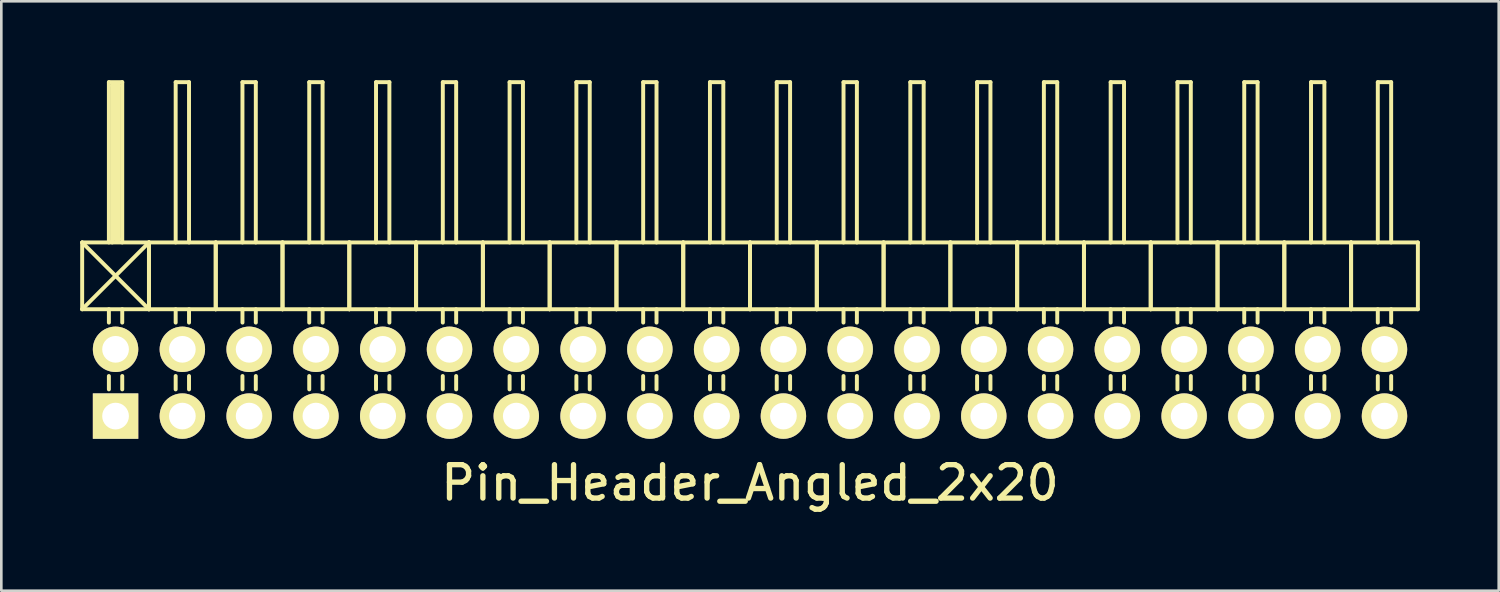
<source format=kicad_pcb>
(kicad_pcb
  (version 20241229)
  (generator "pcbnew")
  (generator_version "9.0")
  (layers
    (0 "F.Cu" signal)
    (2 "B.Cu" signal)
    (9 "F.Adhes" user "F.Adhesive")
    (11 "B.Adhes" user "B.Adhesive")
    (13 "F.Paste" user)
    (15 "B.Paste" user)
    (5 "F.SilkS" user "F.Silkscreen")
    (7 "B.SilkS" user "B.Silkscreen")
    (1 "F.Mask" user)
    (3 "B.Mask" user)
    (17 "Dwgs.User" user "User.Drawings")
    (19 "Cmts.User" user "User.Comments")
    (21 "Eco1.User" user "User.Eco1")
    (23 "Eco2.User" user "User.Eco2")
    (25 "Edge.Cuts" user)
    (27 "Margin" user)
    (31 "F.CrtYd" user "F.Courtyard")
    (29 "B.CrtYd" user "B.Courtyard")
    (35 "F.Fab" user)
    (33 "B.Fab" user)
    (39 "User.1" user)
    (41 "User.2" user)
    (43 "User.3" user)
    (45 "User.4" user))
  (footprint "Pin_Header_Angled_2x20"
    (layer "F.Cu")
    (at 25.475 11.505)
    (property "Reference" "Pin_Header_Angled_2x20" (at 0 3.81 0) (layer "F.SilkS") (effects (font (size 1.27 1.27) (thickness 0.203))))
    (attr through_hole)
    (fp_line (start -25.4 -5.334) (end -22.86 -2.794) (stroke (width 0.15) (type solid)) (layer "F.SilkS"))
    (fp_line (start -25.4 -2.794) (end -25.4 -5.334) (stroke (width 0.15) (type solid)) (layer "F.SilkS"))
    (fp_line (start -25.4 -2.794) (end -22.86 -5.334) (stroke (width 0.15) (type solid)) (layer "F.SilkS"))
    (fp_line (start -25.4 -2.794) (end -22.86 -2.794) (stroke (width 0.15) (type solid)) (layer "F.SilkS"))
    (fp_line (start -24.384 -11.43) (end -23.876 -11.43) (stroke (width 0.15) (type solid)) (layer "F.SilkS"))
    (fp_line (start -24.384 -5.334) (end -24.384 -11.43) (stroke (width 0.15) (type solid)) (layer "F.SilkS"))
    (fp_line (start -24.384 -2.794) (end -24.384 -2.286) (stroke (width 0.15) (type solid)) (layer "F.SilkS"))
    (fp_line (start -24.384 -0.254) (end -24.384 0.254) (stroke (width 0.15) (type solid)) (layer "F.SilkS"))
    (fp_line (start -24.257 -11.303) (end -24.003 -11.303) (stroke (width 0.15) (type solid)) (layer "F.SilkS"))
    (fp_line (start -24.257 -5.334) (end -24.257 -11.303) (stroke (width 0.15) (type solid)) (layer "F.SilkS"))
    (fp_line (start -24.13 -5.461) (end -24.13 -11.303) (stroke (width 0.15) (type solid)) (layer "F.SilkS"))
    (fp_line (start -24.003 -11.303) (end -24.003 -5.461) (stroke (width 0.15) (type solid)) (layer "F.SilkS"))
    (fp_line (start -24.003 -5.461) (end -24.13 -5.461) (stroke (width 0.15) (type solid)) (layer "F.SilkS"))
    (fp_line (start -23.876 -11.43) (end -23.876 -5.334) (stroke (width 0.15) (type solid)) (layer "F.SilkS"))
    (fp_line (start -23.876 -2.794) (end -23.876 -2.286) (stroke (width 0.15) (type solid)) (layer "F.SilkS"))
    (fp_line (start -23.876 -0.254) (end -23.876 0.254) (stroke (width 0.15) (type solid)) (layer "F.SilkS"))
    (fp_line (start -22.86 -5.334) (end -25.4 -5.334) (stroke (width 0.15) (type solid)) (layer "F.SilkS"))
    (fp_line (start -22.86 -2.794) (end -22.86 -5.334) (stroke (width 0.15) (type solid)) (layer "F.SilkS"))
    (fp_line (start -22.86 -2.794) (end -22.86 -5.334) (stroke (width 0.15) (type solid)) (layer "F.SilkS"))
    (fp_line (start -22.86 -2.794) (end -20.32 -2.794) (stroke (width 0.15) (type solid)) (layer "F.SilkS"))
    (fp_line (start -21.844 -11.43) (end -21.336 -11.43) (stroke (width 0.15) (type solid)) (layer "F.SilkS"))
    (fp_line (start -21.844 -5.334) (end -21.844 -11.43) (stroke (width 0.15) (type solid)) (layer "F.SilkS"))
    (fp_line (start -21.844 -2.794) (end -21.844 -2.286) (stroke (width 0.15) (type solid)) (layer "F.SilkS"))
    (fp_line (start -21.844 -0.254) (end -21.844 0.254) (stroke (width 0.15) (type solid)) (layer "F.SilkS"))
    (fp_line (start -21.336 -11.43) (end -21.336 -5.334) (stroke (width 0.15) (type solid)) (layer "F.SilkS"))
    (fp_line (start -21.336 -2.794) (end -21.336 -2.286) (stroke (width 0.15) (type solid)) (layer "F.SilkS"))
    (fp_line (start -21.336 -0.254) (end -21.336 0.254) (stroke (width 0.15) (type solid)) (layer "F.SilkS"))
    (fp_line (start -20.32 -5.334) (end -22.86 -5.334) (stroke (width 0.15) (type solid)) (layer "F.SilkS"))
    (fp_line (start -20.32 -2.794) (end -20.32 -5.334) (stroke (width 0.15) (type solid)) (layer "F.SilkS"))
    (fp_line (start -20.32 -2.794) (end -20.32 -5.334) (stroke (width 0.15) (type solid)) (layer "F.SilkS"))
    (fp_line (start -20.32 -2.794) (end -17.78 -2.794) (stroke (width 0.15) (type solid)) (layer "F.SilkS"))
    (fp_line (start -19.304 -11.43) (end -18.796 -11.43) (stroke (width 0.15) (type solid)) (layer "F.SilkS"))
    (fp_line (start -19.304 -5.334) (end -19.304 -11.43) (stroke (width 0.15) (type solid)) (layer "F.SilkS"))
    (fp_line (start -19.304 -2.794) (end -19.304 -2.286) (stroke (width 0.15) (type solid)) (layer "F.SilkS"))
    (fp_line (start -19.304 -0.254) (end -19.304 0.254) (stroke (width 0.15) (type solid)) (layer "F.SilkS"))
    (fp_line (start -18.796 -11.43) (end -18.796 -5.334) (stroke (width 0.15) (type solid)) (layer "F.SilkS"))
    (fp_line (start -18.796 -2.794) (end -18.796 -2.286) (stroke (width 0.15) (type solid)) (layer "F.SilkS"))
    (fp_line (start -18.796 -0.254) (end -18.796 0.254) (stroke (width 0.15) (type solid)) (layer "F.SilkS"))
    (fp_line (start -17.78 -5.334) (end -20.32 -5.334) (stroke (width 0.15) (type solid)) (layer "F.SilkS"))
    (fp_line (start -17.78 -2.794) (end -17.78 -5.334) (stroke (width 0.15) (type solid)) (layer "F.SilkS"))
    (fp_line (start -17.78 -2.794) (end -17.78 -5.334) (stroke (width 0.15) (type solid)) (layer "F.SilkS"))
    (fp_line (start -17.78 -2.794) (end -15.24 -2.794) (stroke (width 0.15) (type solid)) (layer "F.SilkS"))
    (fp_line (start -16.764 -11.43) (end -16.256 -11.43) (stroke (width 0.15) (type solid)) (layer "F.SilkS"))
    (fp_line (start -16.764 -5.334) (end -16.764 -11.43) (stroke (width 0.15) (type solid)) (layer "F.SilkS"))
    (fp_line (start -16.764 -2.794) (end -16.764 -2.286) (stroke (width 0.15) (type solid)) (layer "F.SilkS"))
    (fp_line (start -16.764 -0.254) (end -16.764 0.254) (stroke (width 0.15) (type solid)) (layer "F.SilkS"))
    (fp_line (start -16.256 -11.43) (end -16.256 -5.334) (stroke (width 0.15) (type solid)) (layer "F.SilkS"))
    (fp_line (start -16.256 -2.794) (end -16.256 -2.286) (stroke (width 0.15) (type solid)) (layer "F.SilkS"))
    (fp_line (start -16.256 -0.254) (end -16.256 0.254) (stroke (width 0.15) (type solid)) (layer "F.SilkS"))
    (fp_line (start -15.24 -5.334) (end -17.78 -5.334) (stroke (width 0.15) (type solid)) (layer "F.SilkS"))
    (fp_line (start -15.24 -2.794) (end -15.24 -5.334) (stroke (width 0.15) (type solid)) (layer "F.SilkS"))
    (fp_line (start -15.24 -2.794) (end -15.24 -5.334) (stroke (width 0.15) (type solid)) (layer "F.SilkS"))
    (fp_line (start -15.24 -2.794) (end -12.7 -2.794) (stroke (width 0.15) (type solid)) (layer "F.SilkS"))
    (fp_line (start -14.224 -11.43) (end -13.716 -11.43) (stroke (width 0.15) (type solid)) (layer "F.SilkS"))
    (fp_line (start -14.224 -5.334) (end -14.224 -11.43) (stroke (width 0.15) (type solid)) (layer "F.SilkS"))
    (fp_line (start -14.224 -2.794) (end -14.224 -2.286) (stroke (width 0.15) (type solid)) (layer "F.SilkS"))
    (fp_line (start -14.224 -0.254) (end -14.224 0.254) (stroke (width 0.15) (type solid)) (layer "F.SilkS"))
    (fp_line (start -13.716 -11.43) (end -13.716 -5.334) (stroke (width 0.15) (type solid)) (layer "F.SilkS"))
    (fp_line (start -13.716 -2.794) (end -13.716 -2.286) (stroke (width 0.15) (type solid)) (layer "F.SilkS"))
    (fp_line (start -13.716 -0.254) (end -13.716 0.254) (stroke (width 0.15) (type solid)) (layer "F.SilkS"))
    (fp_line (start -12.7 -5.334) (end -15.24 -5.334) (stroke (width 0.15) (type solid)) (layer "F.SilkS"))
    (fp_line (start -12.7 -2.794) (end -12.7 -5.334) (stroke (width 0.15) (type solid)) (layer "F.SilkS"))
    (fp_line (start -12.7 -2.794) (end -12.7 -5.334) (stroke (width 0.15) (type solid)) (layer "F.SilkS"))
    (fp_line (start -12.7 -2.794) (end -10.16 -2.794) (stroke (width 0.15) (type solid)) (layer "F.SilkS"))
    (fp_line (start -11.684 -11.43) (end -11.176 -11.43) (stroke (width 0.15) (type solid)) (layer "F.SilkS"))
    (fp_line (start -11.684 -5.334) (end -11.684 -11.43) (stroke (width 0.15) (type solid)) (layer "F.SilkS"))
    (fp_line (start -11.684 -2.794) (end -11.684 -2.286) (stroke (width 0.15) (type solid)) (layer "F.SilkS"))
    (fp_line (start -11.684 -0.254) (end -11.684 0.254) (stroke (width 0.15) (type solid)) (layer "F.SilkS"))
    (fp_line (start -11.176 -11.43) (end -11.176 -5.334) (stroke (width 0.15) (type solid)) (layer "F.SilkS"))
    (fp_line (start -11.176 -2.794) (end -11.176 -2.286) (stroke (width 0.15) (type solid)) (layer "F.SilkS"))
    (fp_line (start -11.176 -0.254) (end -11.176 0.254) (stroke (width 0.15) (type solid)) (layer "F.SilkS"))
    (fp_line (start -10.16 -5.334) (end -12.7 -5.334) (stroke (width 0.15) (type solid)) (layer "F.SilkS"))
    (fp_line (start -10.16 -2.794) (end -10.16 -5.334) (stroke (width 0.15) (type solid)) (layer "F.SilkS"))
    (fp_line (start -10.16 -2.794) (end -10.16 -5.334) (stroke (width 0.15) (type solid)) (layer "F.SilkS"))
    (fp_line (start -10.16 -2.794) (end -7.62 -2.794) (stroke (width 0.15) (type solid)) (layer "F.SilkS"))
    (fp_line (start -9.144 -11.43) (end -8.636 -11.43) (stroke (width 0.15) (type solid)) (layer "F.SilkS"))
    (fp_line (start -9.144 -5.334) (end -9.144 -11.43) (stroke (width 0.15) (type solid)) (layer "F.SilkS"))
    (fp_line (start -9.144 -2.794) (end -9.144 -2.286) (stroke (width 0.15) (type solid)) (layer "F.SilkS"))
    (fp_line (start -9.144 -0.254) (end -9.144 0.254) (stroke (width 0.15) (type solid)) (layer "F.SilkS"))
    (fp_line (start -8.636 -11.43) (end -8.636 -5.334) (stroke (width 0.15) (type solid)) (layer "F.SilkS"))
    (fp_line (start -8.636 -2.794) (end -8.636 -2.286) (stroke (width 0.15) (type solid)) (layer "F.SilkS"))
    (fp_line (start -8.636 -0.254) (end -8.636 0.254) (stroke (width 0.15) (type solid)) (layer "F.SilkS"))
    (fp_line (start -7.62 -5.334) (end -10.16 -5.334) (stroke (width 0.15) (type solid)) (layer "F.SilkS"))
    (fp_line (start -7.62 -2.794) (end -7.62 -5.334) (stroke (width 0.15) (type solid)) (layer "F.SilkS"))
    (fp_line (start -7.62 -2.794) (end -7.62 -5.334) (stroke (width 0.15) (type solid)) (layer "F.SilkS"))
    (fp_line (start -7.62 -2.794) (end -5.08 -2.794) (stroke (width 0.15) (type solid)) (layer "F.SilkS"))
    (fp_line (start -6.604 -11.43) (end -6.096 -11.43) (stroke (width 0.15) (type solid)) (layer "F.SilkS"))
    (fp_line (start -6.604 -5.334) (end -6.604 -11.43) (stroke (width 0.15) (type solid)) (layer "F.SilkS"))
    (fp_line (start -6.604 -2.794) (end -6.604 -2.286) (stroke (width 0.15) (type solid)) (layer "F.SilkS"))
    (fp_line (start -6.604 -0.254) (end -6.604 0.254) (stroke (width 0.15) (type solid)) (layer "F.SilkS"))
    (fp_line (start -6.096 -11.43) (end -6.096 -5.334) (stroke (width 0.15) (type solid)) (layer "F.SilkS"))
    (fp_line (start -6.096 -2.794) (end -6.096 -2.286) (stroke (width 0.15) (type solid)) (layer "F.SilkS"))
    (fp_line (start -6.096 -0.254) (end -6.096 0.254) (stroke (width 0.15) (type solid)) (layer "F.SilkS"))
    (fp_line (start -5.08 -5.334) (end -7.62 -5.334) (stroke (width 0.15) (type solid)) (layer "F.SilkS"))
    (fp_line (start -5.08 -2.794) (end -5.08 -5.334) (stroke (width 0.15) (type solid)) (layer "F.SilkS"))
    (fp_line (start -5.08 -2.794) (end -5.08 -5.334) (stroke (width 0.15) (type solid)) (layer "F.SilkS"))
    (fp_line (start -5.08 -2.794) (end -2.54 -2.794) (stroke (width 0.15) (type solid)) (layer "F.SilkS"))
    (fp_line (start -4.064 -11.43) (end -3.556 -11.43) (stroke (width 0.15) (type solid)) (layer "F.SilkS"))
    (fp_line (start -4.064 -5.334) (end -4.064 -11.43) (stroke (width 0.15) (type solid)) (layer "F.SilkS"))
    (fp_line (start -4.064 -2.794) (end -4.064 -2.286) (stroke (width 0.15) (type solid)) (layer "F.SilkS"))
    (fp_line (start -4.064 -0.254) (end -4.064 0.254) (stroke (width 0.15) (type solid)) (layer "F.SilkS"))
    (fp_line (start -3.556 -11.43) (end -3.556 -5.334) (stroke (width 0.15) (type solid)) (layer "F.SilkS"))
    (fp_line (start -3.556 -2.794) (end -3.556 -2.286) (stroke (width 0.15) (type solid)) (layer "F.SilkS"))
    (fp_line (start -3.556 -0.254) (end -3.556 0.254) (stroke (width 0.15) (type solid)) (layer "F.SilkS"))
    (fp_line (start -2.54 -5.334) (end -5.08 -5.334) (stroke (width 0.15) (type solid)) (layer "F.SilkS"))
    (fp_line (start -2.54 -2.794) (end -2.54 -5.334) (stroke (width 0.15) (type solid)) (layer "F.SilkS"))
    (fp_line (start -2.54 -2.794) (end -2.54 -5.334) (stroke (width 0.15) (type solid)) (layer "F.SilkS"))
    (fp_line (start -2.54 -2.794) (end 0 -2.794) (stroke (width 0.15) (type solid)) (layer "F.SilkS"))
    (fp_line (start -1.524 -11.43) (end -1.016 -11.43) (stroke (width 0.15) (type solid)) (layer "F.SilkS"))
    (fp_line (start -1.524 -5.334) (end -1.524 -11.43) (stroke (width 0.15) (type solid)) (layer "F.SilkS"))
    (fp_line (start -1.524 -2.794) (end -1.524 -2.286) (stroke (width 0.15) (type solid)) (layer "F.SilkS"))
    (fp_line (start -1.524 -0.254) (end -1.524 0.254) (stroke (width 0.15) (type solid)) (layer "F.SilkS"))
    (fp_line (start -1.016 -11.43) (end -1.016 -5.334) (stroke (width 0.15) (type solid)) (layer "F.SilkS"))
    (fp_line (start -1.016 -2.794) (end -1.016 -2.286) (stroke (width 0.15) (type solid)) (layer "F.SilkS"))
    (fp_line (start -1.016 -0.254) (end -1.016 0.254) (stroke (width 0.15) (type solid)) (layer "F.SilkS"))
    (fp_line (start 0 -5.334) (end -2.54 -5.334) (stroke (width 0.15) (type solid)) (layer "F.SilkS"))
    (fp_line (start 0 -2.794) (end 0 -5.334) (stroke (width 0.15) (type solid)) (layer "F.SilkS"))
    (fp_line (start 0 -2.794) (end 0 -5.334) (stroke (width 0.15) (type solid)) (layer "F.SilkS"))
    (fp_line (start 0 -2.794) (end 2.54 -2.794) (stroke (width 0.15) (type solid)) (layer "F.SilkS"))
    (fp_line (start 1.016 -11.43) (end 1.524 -11.43) (stroke (width 0.15) (type solid)) (layer "F.SilkS"))
    (fp_line (start 1.016 -5.334) (end 1.016 -11.43) (stroke (width 0.15) (type solid)) (layer "F.SilkS"))
    (fp_line (start 1.016 -2.794) (end 1.016 -2.286) (stroke (width 0.15) (type solid)) (layer "F.SilkS"))
    (fp_line (start 1.016 -0.254) (end 1.016 0.254) (stroke (width 0.15) (type solid)) (layer "F.SilkS"))
    (fp_line (start 1.524 -11.43) (end 1.524 -5.334) (stroke (width 0.15) (type solid)) (layer "F.SilkS"))
    (fp_line (start 1.524 -2.794) (end 1.524 -2.286) (stroke (width 0.15) (type solid)) (layer "F.SilkS"))
    (fp_line (start 1.524 -0.254) (end 1.524 0.254) (stroke (width 0.15) (type solid)) (layer "F.SilkS"))
    (fp_line (start 2.54 -5.334) (end 0 -5.334) (stroke (width 0.15) (type solid)) (layer "F.SilkS"))
    (fp_line (start 2.54 -2.794) (end 2.54 -5.334) (stroke (width 0.15) (type solid)) (layer "F.SilkS"))
    (fp_line (start 2.54 -2.794) (end 2.54 -5.334) (stroke (width 0.15) (type solid)) (layer "F.SilkS"))
    (fp_line (start 2.54 -2.794) (end 5.08 -2.794) (stroke (width 0.15) (type solid)) (layer "F.SilkS"))
    (fp_line (start 3.556 -11.43) (end 4.064 -11.43) (stroke (width 0.15) (type solid)) (layer "F.SilkS"))
    (fp_line (start 3.556 -5.334) (end 3.556 -11.43) (stroke (width 0.15) (type solid)) (layer "F.SilkS"))
    (fp_line (start 3.556 -2.794) (end 3.556 -2.286) (stroke (width 0.15) (type solid)) (layer "F.SilkS"))
    (fp_line (start 3.556 -0.254) (end 3.556 0.254) (stroke (width 0.15) (type solid)) (layer "F.SilkS"))
    (fp_line (start 4.064 -11.43) (end 4.064 -5.334) (stroke (width 0.15) (type solid)) (layer "F.SilkS"))
    (fp_line (start 4.064 -2.794) (end 4.064 -2.286) (stroke (width 0.15) (type solid)) (layer "F.SilkS"))
    (fp_line (start 4.064 -0.254) (end 4.064 0.254) (stroke (width 0.15) (type solid)) (layer "F.SilkS"))
    (fp_line (start 5.08 -5.334) (end 2.54 -5.334) (stroke (width 0.15) (type solid)) (layer "F.SilkS"))
    (fp_line (start 5.08 -2.794) (end 5.08 -5.334) (stroke (width 0.15) (type solid)) (layer "F.SilkS"))
    (fp_line (start 5.08 -2.794) (end 5.08 -5.334) (stroke (width 0.15) (type solid)) (layer "F.SilkS"))
    (fp_line (start 5.08 -2.794) (end 7.62 -2.794) (stroke (width 0.15) (type solid)) (layer "F.SilkS"))
    (fp_line (start 6.096 -11.43) (end 6.604 -11.43) (stroke (width 0.15) (type solid)) (layer "F.SilkS"))
    (fp_line (start 6.096 -5.334) (end 6.096 -11.43) (stroke (width 0.15) (type solid)) (layer "F.SilkS"))
    (fp_line (start 6.096 -2.794) (end 6.096 -2.286) (stroke (width 0.15) (type solid)) (layer "F.SilkS"))
    (fp_line (start 6.096 -0.254) (end 6.096 0.254) (stroke (width 0.15) (type solid)) (layer "F.SilkS"))
    (fp_line (start 6.604 -11.43) (end 6.604 -5.334) (stroke (width 0.15) (type solid)) (layer "F.SilkS"))
    (fp_line (start 6.604 -2.794) (end 6.604 -2.286) (stroke (width 0.15) (type solid)) (layer "F.SilkS"))
    (fp_line (start 6.604 -0.254) (end 6.604 0.254) (stroke (width 0.15) (type solid)) (layer "F.SilkS"))
    (fp_line (start 7.62 -5.334) (end 5.08 -5.334) (stroke (width 0.15) (type solid)) (layer "F.SilkS"))
    (fp_line (start 7.62 -2.794) (end 7.62 -5.334) (stroke (width 0.15) (type solid)) (layer "F.SilkS"))
    (fp_line (start 7.62 -2.794) (end 7.62 -5.334) (stroke (width 0.15) (type solid)) (layer "F.SilkS"))
    (fp_line (start 7.62 -2.794) (end 10.16 -2.794) (stroke (width 0.15) (type solid)) (layer "F.SilkS"))
    (fp_line (start 8.636 -11.43) (end 9.144 -11.43) (stroke (width 0.15) (type solid)) (layer "F.SilkS"))
    (fp_line (start 8.636 -5.334) (end 8.636 -11.43) (stroke (width 0.15) (type solid)) (layer "F.SilkS"))
    (fp_line (start 8.636 -2.794) (end 8.636 -2.286) (stroke (width 0.15) (type solid)) (layer "F.SilkS"))
    (fp_line (start 8.636 -0.254) (end 8.636 0.254) (stroke (width 0.15) (type solid)) (layer "F.SilkS"))
    (fp_line (start 9.144 -11.43) (end 9.144 -5.334) (stroke (width 0.15) (type solid)) (layer "F.SilkS"))
    (fp_line (start 9.144 -2.794) (end 9.144 -2.286) (stroke (width 0.15) (type solid)) (layer "F.SilkS"))
    (fp_line (start 9.144 -0.254) (end 9.144 0.254) (stroke (width 0.15) (type solid)) (layer "F.SilkS"))
    (fp_line (start 10.16 -5.334) (end 7.62 -5.334) (stroke (width 0.15) (type solid)) (layer "F.SilkS"))
    (fp_line (start 10.16 -2.794) (end 10.16 -5.334) (stroke (width 0.15) (type solid)) (layer "F.SilkS"))
    (fp_line (start 10.16 -2.794) (end 10.16 -5.334) (stroke (width 0.15) (type solid)) (layer "F.SilkS"))
    (fp_line (start 10.16 -2.794) (end 12.7 -2.794) (stroke (width 0.15) (type solid)) (layer "F.SilkS"))
    (fp_line (start 11.176 -11.43) (end 11.684 -11.43) (stroke (width 0.15) (type solid)) (layer "F.SilkS"))
    (fp_line (start 11.176 -5.334) (end 11.176 -11.43) (stroke (width 0.15) (type solid)) (layer "F.SilkS"))
    (fp_line (start 11.176 -2.794) (end 11.176 -2.286) (stroke (width 0.15) (type solid)) (layer "F.SilkS"))
    (fp_line (start 11.176 -0.254) (end 11.176 0.254) (stroke (width 0.15) (type solid)) (layer "F.SilkS"))
    (fp_line (start 11.684 -11.43) (end 11.684 -5.334) (stroke (width 0.15) (type solid)) (layer "F.SilkS"))
    (fp_line (start 11.684 -2.794) (end 11.684 -2.286) (stroke (width 0.15) (type solid)) (layer "F.SilkS"))
    (fp_line (start 11.684 -0.254) (end 11.684 0.254) (stroke (width 0.15) (type solid)) (layer "F.SilkS"))
    (fp_line (start 12.7 -5.334) (end 10.16 -5.334) (stroke (width 0.15) (type solid)) (layer "F.SilkS"))
    (fp_line (start 12.7 -2.794) (end 12.7 -5.334) (stroke (width 0.15) (type solid)) (layer "F.SilkS"))
    (fp_line (start 12.7 -2.794) (end 12.7 -5.334) (stroke (width 0.15) (type solid)) (layer "F.SilkS"))
    (fp_line (start 12.7 -2.794) (end 15.24 -2.794) (stroke (width 0.15) (type solid)) (layer "F.SilkS"))
    (fp_line (start 13.716 -11.43) (end 14.224 -11.43) (stroke (width 0.15) (type solid)) (layer "F.SilkS"))
    (fp_line (start 13.716 -5.334) (end 13.716 -11.43) (stroke (width 0.15) (type solid)) (layer "F.SilkS"))
    (fp_line (start 13.716 -2.794) (end 13.716 -2.286) (stroke (width 0.15) (type solid)) (layer "F.SilkS"))
    (fp_line (start 13.716 -0.254) (end 13.716 0.254) (stroke (width 0.15) (type solid)) (layer "F.SilkS"))
    (fp_line (start 14.224 -11.43) (end 14.224 -5.334) (stroke (width 0.15) (type solid)) (layer "F.SilkS"))
    (fp_line (start 14.224 -2.794) (end 14.224 -2.286) (stroke (width 0.15) (type solid)) (layer "F.SilkS"))
    (fp_line (start 14.224 -0.254) (end 14.224 0.254) (stroke (width 0.15) (type solid)) (layer "F.SilkS"))
    (fp_line (start 15.24 -5.334) (end 12.7 -5.334) (stroke (width 0.15) (type solid)) (layer "F.SilkS"))
    (fp_line (start 15.24 -2.794) (end 15.24 -5.334) (stroke (width 0.15) (type solid)) (layer "F.SilkS"))
    (fp_line (start 15.24 -2.794) (end 15.24 -5.334) (stroke (width 0.15) (type solid)) (layer "F.SilkS"))
    (fp_line (start 15.24 -2.794) (end 17.78 -2.794) (stroke (width 0.15) (type solid)) (layer "F.SilkS"))
    (fp_line (start 16.256 -11.43) (end 16.764 -11.43) (stroke (width 0.15) (type solid)) (layer "F.SilkS"))
    (fp_line (start 16.256 -5.334) (end 16.256 -11.43) (stroke (width 0.15) (type solid)) (layer "F.SilkS"))
    (fp_line (start 16.256 -2.794) (end 16.256 -2.286) (stroke (width 0.15) (type solid)) (layer "F.SilkS"))
    (fp_line (start 16.256 -0.254) (end 16.256 0.254) (stroke (width 0.15) (type solid)) (layer "F.SilkS"))
    (fp_line (start 16.764 -11.43) (end 16.764 -5.334) (stroke (width 0.15) (type solid)) (layer "F.SilkS"))
    (fp_line (start 16.764 -2.794) (end 16.764 -2.286) (stroke (width 0.15) (type solid)) (layer "F.SilkS"))
    (fp_line (start 16.764 -0.254) (end 16.764 0.254) (stroke (width 0.15) (type solid)) (layer "F.SilkS"))
    (fp_line (start 17.78 -5.334) (end 15.24 -5.334) (stroke (width 0.15) (type solid)) (layer "F.SilkS"))
    (fp_line (start 17.78 -2.794) (end 17.78 -5.334) (stroke (width 0.15) (type solid)) (layer "F.SilkS"))
    (fp_line (start 17.78 -2.794) (end 17.78 -5.334) (stroke (width 0.15) (type solid)) (layer "F.SilkS"))
    (fp_line (start 17.78 -2.794) (end 20.32 -2.794) (stroke (width 0.15) (type solid)) (layer "F.SilkS"))
    (fp_line (start 18.796 -11.43) (end 19.304 -11.43) (stroke (width 0.15) (type solid)) (layer "F.SilkS"))
    (fp_line (start 18.796 -5.334) (end 18.796 -11.43) (stroke (width 0.15) (type solid)) (layer "F.SilkS"))
    (fp_line (start 18.796 -2.794) (end 18.796 -2.286) (stroke (width 0.15) (type solid)) (layer "F.SilkS"))
    (fp_line (start 18.796 -0.254) (end 18.796 0.254) (stroke (width 0.15) (type solid)) (layer "F.SilkS"))
    (fp_line (start 19.304 -11.43) (end 19.304 -5.334) (stroke (width 0.15) (type solid)) (layer "F.SilkS"))
    (fp_line (start 19.304 -2.794) (end 19.304 -2.286) (stroke (width 0.15) (type solid)) (layer "F.SilkS"))
    (fp_line (start 19.304 -0.254) (end 19.304 0.254) (stroke (width 0.15) (type solid)) (layer "F.SilkS"))
    (fp_line (start 20.32 -5.334) (end 17.78 -5.334) (stroke (width 0.15) (type solid)) (layer "F.SilkS"))
    (fp_line (start 20.32 -2.794) (end 20.32 -5.334) (stroke (width 0.15) (type solid)) (layer "F.SilkS"))
    (fp_line (start 20.32 -2.794) (end 20.32 -5.334) (stroke (width 0.15) (type solid)) (layer "F.SilkS"))
    (fp_line (start 20.32 -2.794) (end 22.86 -2.794) (stroke (width 0.15) (type solid)) (layer "F.SilkS"))
    (fp_line (start 21.336 -11.43) (end 21.844 -11.43) (stroke (width 0.15) (type solid)) (layer "F.SilkS"))
    (fp_line (start 21.336 -5.334) (end 21.336 -11.43) (stroke (width 0.15) (type solid)) (layer "F.SilkS"))
    (fp_line (start 21.336 -2.794) (end 21.336 -2.286) (stroke (width 0.15) (type solid)) (layer "F.SilkS"))
    (fp_line (start 21.336 -0.254) (end 21.336 0.254) (stroke (width 0.15) (type solid)) (layer "F.SilkS"))
    (fp_line (start 21.844 -11.43) (end 21.844 -5.334) (stroke (width 0.15) (type solid)) (layer "F.SilkS"))
    (fp_line (start 21.844 -2.794) (end 21.844 -2.286) (stroke (width 0.15) (type solid)) (layer "F.SilkS"))
    (fp_line (start 21.844 -0.254) (end 21.844 0.254) (stroke (width 0.15) (type solid)) (layer "F.SilkS"))
    (fp_line (start 22.86 -5.334) (end 20.32 -5.334) (stroke (width 0.15) (type solid)) (layer "F.SilkS"))
    (fp_line (start 22.86 -2.794) (end 22.86 -5.334) (stroke (width 0.15) (type solid)) (layer "F.SilkS"))
    (fp_line (start 22.86 -2.794) (end 22.86 -5.334) (stroke (width 0.15) (type solid)) (layer "F.SilkS"))
    (fp_line (start 22.86 -2.794) (end 25.4 -2.794) (stroke (width 0.15) (type solid)) (layer "F.SilkS"))
    (fp_line (start 23.876 -11.43) (end 24.384 -11.43) (stroke (width 0.15) (type solid)) (layer "F.SilkS"))
    (fp_line (start 23.876 -5.334) (end 23.876 -11.43) (stroke (width 0.15) (type solid)) (layer "F.SilkS"))
    (fp_line (start 23.876 -2.794) (end 23.876 -2.286) (stroke (width 0.15) (type solid)) (layer "F.SilkS"))
    (fp_line (start 23.876 -0.254) (end 23.876 0.254) (stroke (width 0.15) (type solid)) (layer "F.SilkS"))
    (fp_line (start 24.384 -11.43) (end 24.384 -5.334) (stroke (width 0.15) (type solid)) (layer "F.SilkS"))
    (fp_line (start 24.384 -2.794) (end 24.384 -2.286) (stroke (width 0.15) (type solid)) (layer "F.SilkS"))
    (fp_line (start 24.384 -0.254) (end 24.384 0.254) (stroke (width 0.15) (type solid)) (layer "F.SilkS"))
    (fp_line (start 25.4 -5.334) (end 22.86 -5.334) (stroke (width 0.15) (type solid)) (layer "F.SilkS"))
    (fp_line (start 25.4 -2.794) (end 25.4 -5.334) (stroke (width 0.15) (type solid)) (layer "F.SilkS"))
    (pad "1" thru_hole rect (at -24.13 1.27) (size 1.727 1.727) (drill 1.016) (layers "*.Cu" "*.Mask" "F.SilkS"))
    (pad "2" thru_hole oval (at -24.13 -1.27) (size 1.727 1.727) (drill 1.016) (layers "*.Cu" "*.Mask" "F.SilkS"))
    (pad "3" thru_hole oval (at -21.59 1.27) (size 1.727 1.727) (drill 1.016) (layers "*.Cu" "*.Mask" "F.SilkS"))
    (pad "4" thru_hole oval (at -21.59 -1.27) (size 1.727 1.727) (drill 1.016) (layers "*.Cu" "*.Mask" "F.SilkS"))
    (pad "5" thru_hole oval (at -19.05 1.27) (size 1.727 1.727) (drill 1.016) (layers "*.Cu" "*.Mask" "F.SilkS"))
    (pad "6" thru_hole oval (at -19.05 -1.27) (size 1.727 1.727) (drill 1.016) (layers "*.Cu" "*.Mask" "F.SilkS"))
    (pad "7" thru_hole oval (at -16.51 1.27) (size 1.727 1.727) (drill 1.016) (layers "*.Cu" "*.Mask" "F.SilkS"))
    (pad "8" thru_hole oval (at -16.51 -1.27) (size 1.727 1.727) (drill 1.016) (layers "*.Cu" "*.Mask" "F.SilkS"))
    (pad "9" thru_hole oval (at -13.97 1.27) (size 1.727 1.727) (drill 1.016) (layers "*.Cu" "*.Mask" "F.SilkS"))
    (pad "10" thru_hole oval (at -13.97 -1.27) (size 1.727 1.727) (drill 1.016) (layers "*.Cu" "*.Mask" "F.SilkS"))
    (pad "11" thru_hole oval (at -11.43 1.27) (size 1.727 1.727) (drill 1.016) (layers "*.Cu" "*.Mask" "F.SilkS"))
    (pad "12" thru_hole oval (at -11.43 -1.27) (size 1.727 1.727) (drill 1.016) (layers "*.Cu" "*.Mask" "F.SilkS"))
    (pad "13" thru_hole oval (at -8.89 1.27) (size 1.727 1.727) (drill 1.016) (layers "*.Cu" "*.Mask" "F.SilkS"))
    (pad "14" thru_hole oval (at -8.89 -1.27) (size 1.727 1.727) (drill 1.016) (layers "*.Cu" "*.Mask" "F.SilkS"))
    (pad "15" thru_hole oval (at -6.35 1.27) (size 1.727 1.727) (drill 1.016) (layers "*.Cu" "*.Mask" "F.SilkS"))
    (pad "16" thru_hole oval (at -6.35 -1.27) (size 1.727 1.727) (drill 1.016) (layers "*.Cu" "*.Mask" "F.SilkS"))
    (pad "17" thru_hole oval (at -3.81 1.27) (size 1.727 1.727) (drill 1.016) (layers "*.Cu" "*.Mask" "F.SilkS"))
    (pad "18" thru_hole oval (at -3.81 -1.27) (size 1.727 1.727) (drill 1.016) (layers "*.Cu" "*.Mask" "F.SilkS"))
    (pad "19" thru_hole oval (at -1.27 1.27) (size 1.727 1.727) (drill 1.016) (layers "*.Cu" "*.Mask" "F.SilkS"))
    (pad "20" thru_hole oval (at -1.27 -1.27) (size 1.727 1.727) (drill 1.016) (layers "*.Cu" "*.Mask" "F.SilkS"))
    (pad "21" thru_hole oval (at 1.27 1.27) (size 1.727 1.727) (drill 1.016) (layers "*.Cu" "*.Mask" "F.SilkS"))
    (pad "22" thru_hole oval (at 1.27 -1.27) (size 1.727 1.727) (drill 1.016) (layers "*.Cu" "*.Mask" "F.SilkS"))
    (pad "23" thru_hole oval (at 3.81 1.27) (size 1.727 1.727) (drill 1.016) (layers "*.Cu" "*.Mask" "F.SilkS"))
    (pad "24" thru_hole oval (at 3.81 -1.27) (size 1.727 1.727) (drill 1.016) (layers "*.Cu" "*.Mask" "F.SilkS"))
    (pad "25" thru_hole oval (at 6.35 1.27) (size 1.727 1.727) (drill 1.016) (layers "*.Cu" "*.Mask" "F.SilkS"))
    (pad "26" thru_hole oval (at 6.35 -1.27) (size 1.727 1.727) (drill 1.016) (layers "*.Cu" "*.Mask" "F.SilkS"))
    (pad "27" thru_hole oval (at 8.89 1.27) (size 1.727 1.727) (drill 1.016) (layers "*.Cu" "*.Mask" "F.SilkS"))
    (pad "28" thru_hole oval (at 8.89 -1.27) (size 1.727 1.727) (drill 1.016) (layers "*.Cu" "*.Mask" "F.SilkS"))
    (pad "29" thru_hole oval (at 11.43 1.27) (size 1.727 1.727) (drill 1.016) (layers "*.Cu" "*.Mask" "F.SilkS"))
    (pad "30" thru_hole oval (at 11.43 -1.27) (size 1.727 1.727) (drill 1.016) (layers "*.Cu" "*.Mask" "F.SilkS"))
    (pad "31" thru_hole oval (at 13.97 1.27) (size 1.727 1.727) (drill 1.016) (layers "*.Cu" "*.Mask" "F.SilkS"))
    (pad "32" thru_hole oval (at 13.97 -1.27) (size 1.727 1.727) (drill 1.016) (layers "*.Cu" "*.Mask" "F.SilkS"))
    (pad "33" thru_hole oval (at 16.51 1.27) (size 1.727 1.727) (drill 1.016) (layers "*.Cu" "*.Mask" "F.SilkS"))
    (pad "34" thru_hole oval (at 16.51 -1.27) (size 1.727 1.727) (drill 1.016) (layers "*.Cu" "*.Mask" "F.SilkS"))
    (pad "35" thru_hole oval (at 19.05 1.27) (size 1.727 1.727) (drill 1.016) (layers "*.Cu" "*.Mask" "F.SilkS"))
    (pad "36" thru_hole oval (at 19.05 -1.27) (size 1.727 1.727) (drill 1.016) (layers "*.Cu" "*.Mask" "F.SilkS"))
    (pad "37" thru_hole oval (at 21.59 1.27) (size 1.727 1.727) (drill 1.016) (layers "*.Cu" "*.Mask" "F.SilkS"))
    (pad "38" thru_hole oval (at 21.59 -1.27) (size 1.727 1.727) (drill 1.016) (layers "*.Cu" "*.Mask" "F.SilkS"))
    (pad "39" thru_hole oval (at 24.13 1.27) (size 1.727 1.727) (drill 1.016) (layers "*.Cu" "*.Mask" "F.SilkS"))
    (pad "40" thru_hole oval (at 24.13 -1.27) (size 1.727 1.727) (drill 1.016) (layers "*.Cu" "*.Mask" "F.SilkS")))
  (gr_rect
    (start -3 -3)
    (end 53.95 19.415)
    (stroke (width 0.1) (type default))
    (fill no)
    (layer "Edge.Cuts")))
</source>
